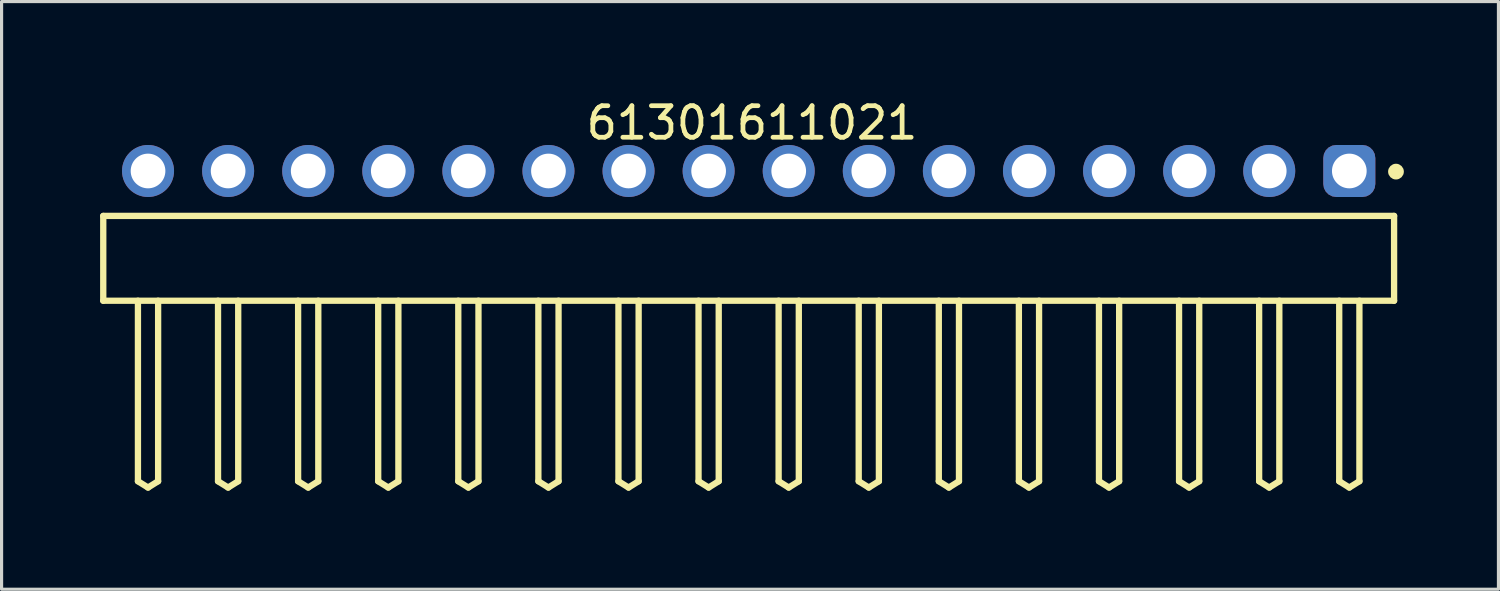
<source format=kicad_pcb>
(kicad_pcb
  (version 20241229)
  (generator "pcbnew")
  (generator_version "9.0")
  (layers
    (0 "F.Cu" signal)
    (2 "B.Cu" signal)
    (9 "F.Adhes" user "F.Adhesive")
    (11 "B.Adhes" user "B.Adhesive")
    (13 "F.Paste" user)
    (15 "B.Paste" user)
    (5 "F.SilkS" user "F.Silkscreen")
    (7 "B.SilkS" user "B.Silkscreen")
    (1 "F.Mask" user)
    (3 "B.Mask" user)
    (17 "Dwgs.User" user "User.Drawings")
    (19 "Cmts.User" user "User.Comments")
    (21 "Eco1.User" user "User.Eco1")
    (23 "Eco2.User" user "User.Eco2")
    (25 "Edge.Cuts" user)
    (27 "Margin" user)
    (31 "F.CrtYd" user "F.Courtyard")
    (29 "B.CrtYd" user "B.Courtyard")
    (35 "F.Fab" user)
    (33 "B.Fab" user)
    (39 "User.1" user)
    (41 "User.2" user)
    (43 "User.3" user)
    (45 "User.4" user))
  (footprint "61301611021"
    (layer "F.Cu")
    (at 20.695 5.143)
    (property "Reference" "61301611021" (at 0.105 -4.295 0) (layer "F.SilkS") (effects (font (size 1 1) (thickness 0.15))))
    (fp_line (start -20.47 -1.345) (end 20.47 -1.345) (stroke (width 0.2) (type solid)) (layer "F.SilkS"))
    (fp_line (start -20.47 1.345) (end -20.47 -1.345) (stroke (width 0.2) (type solid)) (layer "F.SilkS"))
    (fp_line (start -20.47 1.345) (end 20.47 1.345) (stroke (width 0.2) (type solid)) (layer "F.SilkS"))
    (fp_line (start -19.37 7.07) (end -19.37 1.345) (stroke (width 0.2) (type solid)) (layer "F.SilkS"))
    (fp_line (start -19.37 7.07) (end -19.05 7.27) (stroke (width 0.2) (type solid)) (layer "F.SilkS"))
    (fp_line (start -19.05 7.27) (end -18.73 7.07) (stroke (width 0.2) (type solid)) (layer "F.SilkS"))
    (fp_line (start -18.73 7.07) (end -18.73 1.345) (stroke (width 0.2) (type solid)) (layer "F.SilkS"))
    (fp_line (start -16.83 7.07) (end -16.83 1.345) (stroke (width 0.2) (type solid)) (layer "F.SilkS"))
    (fp_line (start -16.83 7.07) (end -16.51 7.27) (stroke (width 0.2) (type solid)) (layer "F.SilkS"))
    (fp_line (start -16.51 7.27) (end -16.19 7.07) (stroke (width 0.2) (type solid)) (layer "F.SilkS"))
    (fp_line (start -16.19 7.07) (end -16.19 1.345) (stroke (width 0.2) (type solid)) (layer "F.SilkS"))
    (fp_line (start -14.29 7.07) (end -14.29 1.345) (stroke (width 0.2) (type solid)) (layer "F.SilkS"))
    (fp_line (start -14.29 7.07) (end -13.97 7.27) (stroke (width 0.2) (type solid)) (layer "F.SilkS"))
    (fp_line (start -13.97 7.27) (end -13.65 7.07) (stroke (width 0.2) (type solid)) (layer "F.SilkS"))
    (fp_line (start -13.65 7.07) (end -13.65 1.345) (stroke (width 0.2) (type solid)) (layer "F.SilkS"))
    (fp_line (start -11.75 7.07) (end -11.75 1.345) (stroke (width 0.2) (type solid)) (layer "F.SilkS"))
    (fp_line (start -11.75 7.07) (end -11.43 7.27) (stroke (width 0.2) (type solid)) (layer "F.SilkS"))
    (fp_line (start -11.43 7.27) (end -11.11 7.07) (stroke (width 0.2) (type solid)) (layer "F.SilkS"))
    (fp_line (start -11.11 7.07) (end -11.11 1.345) (stroke (width 0.2) (type solid)) (layer "F.SilkS"))
    (fp_line (start -9.21 7.07) (end -9.21 1.345) (stroke (width 0.2) (type solid)) (layer "F.SilkS"))
    (fp_line (start -9.21 7.07) (end -8.89 7.27) (stroke (width 0.2) (type solid)) (layer "F.SilkS"))
    (fp_line (start -8.89 7.27) (end -8.57 7.07) (stroke (width 0.2) (type solid)) (layer "F.SilkS"))
    (fp_line (start -8.57 7.07) (end -8.57 1.345) (stroke (width 0.2) (type solid)) (layer "F.SilkS"))
    (fp_line (start -6.67 7.07) (end -6.67 1.345) (stroke (width 0.2) (type solid)) (layer "F.SilkS"))
    (fp_line (start -6.67 7.07) (end -6.35 7.27) (stroke (width 0.2) (type solid)) (layer "F.SilkS"))
    (fp_line (start -6.35 7.27) (end -6.03 7.07) (stroke (width 0.2) (type solid)) (layer "F.SilkS"))
    (fp_line (start -6.03 7.07) (end -6.03 1.345) (stroke (width 0.2) (type solid)) (layer "F.SilkS"))
    (fp_line (start -4.13 7.07) (end -4.13 1.345) (stroke (width 0.2) (type solid)) (layer "F.SilkS"))
    (fp_line (start -4.13 7.07) (end -3.81 7.27) (stroke (width 0.2) (type solid)) (layer "F.SilkS"))
    (fp_line (start -3.81 7.27) (end -3.49 7.07) (stroke (width 0.2) (type solid)) (layer "F.SilkS"))
    (fp_line (start -3.49 7.07) (end -3.49 1.345) (stroke (width 0.2) (type solid)) (layer "F.SilkS"))
    (fp_line (start -1.59 7.07) (end -1.59 1.345) (stroke (width 0.2) (type solid)) (layer "F.SilkS"))
    (fp_line (start -1.59 7.07) (end -1.27 7.27) (stroke (width 0.2) (type solid)) (layer "F.SilkS"))
    (fp_line (start -1.27 7.27) (end -0.95 7.07) (stroke (width 0.2) (type solid)) (layer "F.SilkS"))
    (fp_line (start -0.95 7.07) (end -0.95 1.345) (stroke (width 0.2) (type solid)) (layer "F.SilkS"))
    (fp_line (start 0.95 7.07) (end 0.95 1.345) (stroke (width 0.2) (type solid)) (layer "F.SilkS"))
    (fp_line (start 0.95 7.07) (end 1.27 7.27) (stroke (width 0.2) (type solid)) (layer "F.SilkS"))
    (fp_line (start 1.27 7.27) (end 1.59 7.07) (stroke (width 0.2) (type solid)) (layer "F.SilkS"))
    (fp_line (start 1.59 7.07) (end 1.59 1.345) (stroke (width 0.2) (type solid)) (layer "F.SilkS"))
    (fp_line (start 3.49 7.07) (end 3.49 1.345) (stroke (width 0.2) (type solid)) (layer "F.SilkS"))
    (fp_line (start 3.49 7.07) (end 3.81 7.27) (stroke (width 0.2) (type solid)) (layer "F.SilkS"))
    (fp_line (start 3.81 7.27) (end 4.13 7.07) (stroke (width 0.2) (type solid)) (layer "F.SilkS"))
    (fp_line (start 4.13 7.07) (end 4.13 1.345) (stroke (width 0.2) (type solid)) (layer "F.SilkS"))
    (fp_line (start 6.03 7.07) (end 6.03 1.345) (stroke (width 0.2) (type solid)) (layer "F.SilkS"))
    (fp_line (start 6.03 7.07) (end 6.35 7.27) (stroke (width 0.2) (type solid)) (layer "F.SilkS"))
    (fp_line (start 6.35 7.27) (end 6.67 7.07) (stroke (width 0.2) (type solid)) (layer "F.SilkS"))
    (fp_line (start 6.67 7.07) (end 6.67 1.345) (stroke (width 0.2) (type solid)) (layer "F.SilkS"))
    (fp_line (start 8.57 7.07) (end 8.57 1.345) (stroke (width 0.2) (type solid)) (layer "F.SilkS"))
    (fp_line (start 8.57 7.07) (end 8.89 7.27) (stroke (width 0.2) (type solid)) (layer "F.SilkS"))
    (fp_line (start 8.89 7.27) (end 9.21 7.07) (stroke (width 0.2) (type solid)) (layer "F.SilkS"))
    (fp_line (start 9.21 7.07) (end 9.21 1.345) (stroke (width 0.2) (type solid)) (layer "F.SilkS"))
    (fp_line (start 11.11 7.07) (end 11.11 1.345) (stroke (width 0.2) (type solid)) (layer "F.SilkS"))
    (fp_line (start 11.11 7.07) (end 11.43 7.27) (stroke (width 0.2) (type solid)) (layer "F.SilkS"))
    (fp_line (start 11.43 7.27) (end 11.75 7.07) (stroke (width 0.2) (type solid)) (layer "F.SilkS"))
    (fp_line (start 11.75 7.07) (end 11.75 1.345) (stroke (width 0.2) (type solid)) (layer "F.SilkS"))
    (fp_line (start 13.65 7.07) (end 13.65 1.345) (stroke (width 0.2) (type solid)) (layer "F.SilkS"))
    (fp_line (start 13.65 7.07) (end 13.97 7.27) (stroke (width 0.2) (type solid)) (layer "F.SilkS"))
    (fp_line (start 13.97 7.27) (end 14.29 7.07) (stroke (width 0.2) (type solid)) (layer "F.SilkS"))
    (fp_line (start 14.29 7.07) (end 14.29 1.345) (stroke (width 0.2) (type solid)) (layer "F.SilkS"))
    (fp_line (start 16.19 7.07) (end 16.19 1.345) (stroke (width 0.2) (type solid)) (layer "F.SilkS"))
    (fp_line (start 16.19 7.07) (end 16.51 7.27) (stroke (width 0.2) (type solid)) (layer "F.SilkS"))
    (fp_line (start 16.51 7.27) (end 16.83 7.07) (stroke (width 0.2) (type solid)) (layer "F.SilkS"))
    (fp_line (start 16.83 7.07) (end 16.83 1.345) (stroke (width 0.2) (type solid)) (layer "F.SilkS"))
    (fp_line (start 18.73 7.07) (end 18.73 1.345) (stroke (width 0.2) (type solid)) (layer "F.SilkS"))
    (fp_line (start 18.73 7.07) (end 19.05 7.27) (stroke (width 0.2) (type solid)) (layer "F.SilkS"))
    (fp_line (start 19.05 7.27) (end 19.37 7.07) (stroke (width 0.2) (type solid)) (layer "F.SilkS"))
    (fp_line (start 19.37 7.07) (end 19.37 1.345) (stroke (width 0.2) (type solid)) (layer "F.SilkS"))
    (fp_line (start 20.47 1.345) (end 20.47 -1.345) (stroke (width 0.2) (type solid)) (layer "F.SilkS"))
    (fp_circle (center 20.53 -2.75) (end 20.53 -2.875) (stroke (width 0.25) (type solid)) (fill no) (layer "F.SilkS"))
    (fp_line (start -20.67 -3.795) (end 20.67 -3.795) (stroke (width 0.05) (type solid)) (layer "Eco2.User"))
    (fp_line (start -20.67 7.47) (end -20.67 -3.795) (stroke (width 0.05) (type solid)) (layer "Eco2.User"))
    (fp_line (start -20.67 7.47) (end 20.67 7.47) (stroke (width 0.05) (type solid)) (layer "Eco2.User"))
    (fp_line (start -20.32 -1.27) (end 20.32 -1.27) (stroke (width 0.1) (type solid)) (layer "Eco2.User"))
    (fp_line (start -20.32 1.27) (end -20.32 -1.27) (stroke (width 0.1) (type solid)) (layer "Eco2.User"))
    (fp_line (start -20.32 1.27) (end 20.32 1.27) (stroke (width 0.1) (type solid)) (layer "Eco2.User"))
    (fp_line (start -19.37 -3.09) (end -18.73 -3.09) (stroke (width 0.1) (type solid)) (layer "Eco2.User"))
    (fp_line (start -19.37 -1.27) (end -19.37 -3.09) (stroke (width 0.1) (type solid)) (layer "Eco2.User"))
    (fp_line (start -19.37 7.07) (end -19.37 1.27) (stroke (width 0.1) (type solid)) (layer "Eco2.User"))
    (fp_line (start -19.37 7.07) (end -19.05 7.27) (stroke (width 0.1) (type solid)) (layer "Eco2.User"))
    (fp_line (start -19.05 7.27) (end -18.73 7.07) (stroke (width 0.1) (type solid)) (layer "Eco2.User"))
    (fp_line (start -18.73 -1.27) (end -18.73 -3.09) (stroke (width 0.1) (type solid)) (layer "Eco2.User"))
    (fp_line (start -18.73 7.07) (end -18.73 1.27) (stroke (width 0.1) (type solid)) (layer "Eco2.User"))
    (fp_line (start -16.83 -3.09) (end -16.19 -3.09) (stroke (width 0.1) (type solid)) (layer "Eco2.User"))
    (fp_line (start -16.83 -1.27) (end -16.83 -3.09) (stroke (width 0.1) (type solid)) (layer "Eco2.User"))
    (fp_line (start -16.83 7.07) (end -16.83 1.27) (stroke (width 0.1) (type solid)) (layer "Eco2.User"))
    (fp_line (start -16.83 7.07) (end -16.51 7.27) (stroke (width 0.1) (type solid)) (layer "Eco2.User"))
    (fp_line (start -16.51 7.27) (end -16.19 7.07) (stroke (width 0.1) (type solid)) (layer "Eco2.User"))
    (fp_line (start -16.19 -1.27) (end -16.19 -3.09) (stroke (width 0.1) (type solid)) (layer "Eco2.User"))
    (fp_line (start -16.19 7.07) (end -16.19 1.27) (stroke (width 0.1) (type solid)) (layer "Eco2.User"))
    (fp_line (start -14.29 -3.09) (end -13.65 -3.09) (stroke (width 0.1) (type solid)) (layer "Eco2.User"))
    (fp_line (start -14.29 -1.27) (end -14.29 -3.09) (stroke (width 0.1) (type solid)) (layer "Eco2.User"))
    (fp_line (start -14.29 7.07) (end -14.29 1.27) (stroke (width 0.1) (type solid)) (layer "Eco2.User"))
    (fp_line (start -14.29 7.07) (end -13.97 7.27) (stroke (width 0.1) (type solid)) (layer "Eco2.User"))
    (fp_line (start -13.97 7.27) (end -13.65 7.07) (stroke (width 0.1) (type solid)) (layer "Eco2.User"))
    (fp_line (start -13.65 -1.27) (end -13.65 -3.09) (stroke (width 0.1) (type solid)) (layer "Eco2.User"))
    (fp_line (start -13.65 7.07) (end -13.65 1.27) (stroke (width 0.1) (type solid)) (layer "Eco2.User"))
    (fp_line (start -11.75 -3.09) (end -11.11 -3.09) (stroke (width 0.1) (type solid)) (layer "Eco2.User"))
    (fp_line (start -11.75 -1.27) (end -11.75 -3.09) (stroke (width 0.1) (type solid)) (layer "Eco2.User"))
    (fp_line (start -11.75 7.07) (end -11.75 1.27) (stroke (width 0.1) (type solid)) (layer "Eco2.User"))
    (fp_line (start -11.75 7.07) (end -11.43 7.27) (stroke (width 0.1) (type solid)) (layer "Eco2.User"))
    (fp_line (start -11.43 7.27) (end -11.11 7.07) (stroke (width 0.1) (type solid)) (layer "Eco2.User"))
    (fp_line (start -11.11 -1.27) (end -11.11 -3.09) (stroke (width 0.1) (type solid)) (layer "Eco2.User"))
    (fp_line (start -11.11 7.07) (end -11.11 1.27) (stroke (width 0.1) (type solid)) (layer "Eco2.User"))
    (fp_line (start -9.21 -3.09) (end -8.57 -3.09) (stroke (width 0.1) (type solid)) (layer "Eco2.User"))
    (fp_line (start -9.21 -1.27) (end -9.21 -3.09) (stroke (width 0.1) (type solid)) (layer "Eco2.User"))
    (fp_line (start -9.21 7.07) (end -9.21 1.27) (stroke (width 0.1) (type solid)) (layer "Eco2.User"))
    (fp_line (start -9.21 7.07) (end -8.89 7.27) (stroke (width 0.1) (type solid)) (layer "Eco2.User"))
    (fp_line (start -8.89 7.27) (end -8.57 7.07) (stroke (width 0.1) (type solid)) (layer "Eco2.User"))
    (fp_line (start -8.57 -1.27) (end -8.57 -3.09) (stroke (width 0.1) (type solid)) (layer "Eco2.User"))
    (fp_line (start -8.57 7.07) (end -8.57 1.27) (stroke (width 0.1) (type solid)) (layer "Eco2.User"))
    (fp_line (start -6.67 -3.09) (end -6.03 -3.09) (stroke (width 0.1) (type solid)) (layer "Eco2.User"))
    (fp_line (start -6.67 -1.27) (end -6.67 -3.09) (stroke (width 0.1) (type solid)) (layer "Eco2.User"))
    (fp_line (start -6.67 7.07) (end -6.67 1.27) (stroke (width 0.1) (type solid)) (layer "Eco2.User"))
    (fp_line (start -6.67 7.07) (end -6.35 7.27) (stroke (width 0.1) (type solid)) (layer "Eco2.User"))
    (fp_line (start -6.35 7.27) (end -6.03 7.07) (stroke (width 0.1) (type solid)) (layer "Eco2.User"))
    (fp_line (start -6.03 -1.27) (end -6.03 -3.09) (stroke (width 0.1) (type solid)) (layer "Eco2.User"))
    (fp_line (start -6.03 7.07) (end -6.03 1.27) (stroke (width 0.1) (type solid)) (layer "Eco2.User"))
    (fp_line (start -4.13 -3.09) (end -3.49 -3.09) (stroke (width 0.1) (type solid)) (layer "Eco2.User"))
    (fp_line (start -4.13 -1.27) (end -4.13 -3.09) (stroke (width 0.1) (type solid)) (layer "Eco2.User"))
    (fp_line (start -4.13 7.07) (end -4.13 1.27) (stroke (width 0.1) (type solid)) (layer "Eco2.User"))
    (fp_line (start -4.13 7.07) (end -3.81 7.27) (stroke (width 0.1) (type solid)) (layer "Eco2.User"))
    (fp_line (start -3.81 7.27) (end -3.49 7.07) (stroke (width 0.1) (type solid)) (layer "Eco2.User"))
    (fp_line (start -3.49 -1.27) (end -3.49 -3.09) (stroke (width 0.1) (type solid)) (layer "Eco2.User"))
    (fp_line (start -3.49 7.07) (end -3.49 1.27) (stroke (width 0.1) (type solid)) (layer "Eco2.User"))
    (fp_line (start -1.59 -3.09) (end -0.95 -3.09) (stroke (width 0.1) (type solid)) (layer "Eco2.User"))
    (fp_line (start -1.59 -1.27) (end -1.59 -3.09) (stroke (width 0.1) (type solid)) (layer "Eco2.User"))
    (fp_line (start -1.59 7.07) (end -1.59 1.27) (stroke (width 0.1) (type solid)) (layer "Eco2.User"))
    (fp_line (start -1.59 7.07) (end -1.27 7.27) (stroke (width 0.1) (type solid)) (layer "Eco2.User"))
    (fp_line (start -1.27 7.27) (end -0.95 7.07) (stroke (width 0.1) (type solid)) (layer "Eco2.User"))
    (fp_line (start -0.95 -1.27) (end -0.95 -3.09) (stroke (width 0.1) (type solid)) (layer "Eco2.User"))
    (fp_line (start -0.95 7.07) (end -0.95 1.27) (stroke (width 0.1) (type solid)) (layer "Eco2.User"))
    (fp_line (start -0.5 0) (end 0.5 0) (stroke (width 0.05) (type solid)) (layer "Eco2.User"))
    (fp_line (start 0 0.5) (end 0 -0.5) (stroke (width 0.05) (type solid)) (layer "Eco2.User"))
    (fp_line (start 0.95 -3.09) (end 1.59 -3.09) (stroke (width 0.1) (type solid)) (layer "Eco2.User"))
    (fp_line (start 0.95 -1.27) (end 0.95 -3.09) (stroke (width 0.1) (type solid)) (layer "Eco2.User"))
    (fp_line (start 0.95 7.07) (end 0.95 1.27) (stroke (width 0.1) (type solid)) (layer "Eco2.User"))
    (fp_line (start 0.95 7.07) (end 1.27 7.27) (stroke (width 0.1) (type solid)) (layer "Eco2.User"))
    (fp_line (start 1.27 7.27) (end 1.59 7.07) (stroke (width 0.1) (type solid)) (layer "Eco2.User"))
    (fp_line (start 1.59 -1.27) (end 1.59 -3.09) (stroke (width 0.1) (type solid)) (layer "Eco2.User"))
    (fp_line (start 1.59 7.07) (end 1.59 1.27) (stroke (width 0.1) (type solid)) (layer "Eco2.User"))
    (fp_line (start 3.49 -3.09) (end 4.13 -3.09) (stroke (width 0.1) (type solid)) (layer "Eco2.User"))
    (fp_line (start 3.49 -1.27) (end 3.49 -3.09) (stroke (width 0.1) (type solid)) (layer "Eco2.User"))
    (fp_line (start 3.49 7.07) (end 3.49 1.27) (stroke (width 0.1) (type solid)) (layer "Eco2.User"))
    (fp_line (start 3.49 7.07) (end 3.81 7.27) (stroke (width 0.1) (type solid)) (layer "Eco2.User"))
    (fp_line (start 3.81 7.27) (end 4.13 7.07) (stroke (width 0.1) (type solid)) (layer "Eco2.User"))
    (fp_line (start 4.13 -1.27) (end 4.13 -3.09) (stroke (width 0.1) (type solid)) (layer "Eco2.User"))
    (fp_line (start 4.13 7.07) (end 4.13 1.27) (stroke (width 0.1) (type solid)) (layer "Eco2.User"))
    (fp_line (start 6.03 -3.09) (end 6.67 -3.09) (stroke (width 0.1) (type solid)) (layer "Eco2.User"))
    (fp_line (start 6.03 -1.27) (end 6.03 -3.09) (stroke (width 0.1) (type solid)) (layer "Eco2.User"))
    (fp_line (start 6.03 7.07) (end 6.03 1.27) (stroke (width 0.1) (type solid)) (layer "Eco2.User"))
    (fp_line (start 6.03 7.07) (end 6.35 7.27) (stroke (width 0.1) (type solid)) (layer "Eco2.User"))
    (fp_line (start 6.35 7.27) (end 6.67 7.07) (stroke (width 0.1) (type solid)) (layer "Eco2.User"))
    (fp_line (start 6.67 -1.27) (end 6.67 -3.09) (stroke (width 0.1) (type solid)) (layer "Eco2.User"))
    (fp_line (start 6.67 7.07) (end 6.67 1.27) (stroke (width 0.1) (type solid)) (layer "Eco2.User"))
    (fp_line (start 8.57 -3.09) (end 9.21 -3.09) (stroke (width 0.1) (type solid)) (layer "Eco2.User"))
    (fp_line (start 8.57 -1.27) (end 8.57 -3.09) (stroke (width 0.1) (type solid)) (layer "Eco2.User"))
    (fp_line (start 8.57 7.07) (end 8.57 1.27) (stroke (width 0.1) (type solid)) (layer "Eco2.User"))
    (fp_line (start 8.57 7.07) (end 8.89 7.27) (stroke (width 0.1) (type solid)) (layer "Eco2.User"))
    (fp_line (start 8.89 7.27) (end 9.21 7.07) (stroke (width 0.1) (type solid)) (layer "Eco2.User"))
    (fp_line (start 9.21 -1.27) (end 9.21 -3.09) (stroke (width 0.1) (type solid)) (layer "Eco2.User"))
    (fp_line (start 9.21 7.07) (end 9.21 1.27) (stroke (width 0.1) (type solid)) (layer "Eco2.User"))
    (fp_line (start 11.11 -3.09) (end 11.75 -3.09) (stroke (width 0.1) (type solid)) (layer "Eco2.User"))
    (fp_line (start 11.11 -1.27) (end 11.11 -3.09) (stroke (width 0.1) (type solid)) (layer "Eco2.User"))
    (fp_line (start 11.11 7.07) (end 11.11 1.27) (stroke (width 0.1) (type solid)) (layer "Eco2.User"))
    (fp_line (start 11.11 7.07) (end 11.43 7.27) (stroke (width 0.1) (type solid)) (layer "Eco2.User"))
    (fp_line (start 11.43 7.27) (end 11.75 7.07) (stroke (width 0.1) (type solid)) (layer "Eco2.User"))
    (fp_line (start 11.75 -1.27) (end 11.75 -3.09) (stroke (width 0.1) (type solid)) (layer "Eco2.User"))
    (fp_line (start 11.75 7.07) (end 11.75 1.27) (stroke (width 0.1) (type solid)) (layer "Eco2.User"))
    (fp_line (start 13.65 -3.09) (end 14.29 -3.09) (stroke (width 0.1) (type solid)) (layer "Eco2.User"))
    (fp_line (start 13.65 -1.27) (end 13.65 -3.09) (stroke (width 0.1) (type solid)) (layer "Eco2.User"))
    (fp_line (start 13.65 7.07) (end 13.65 1.27) (stroke (width 0.1) (type solid)) (layer "Eco2.User"))
    (fp_line (start 13.65 7.07) (end 13.97 7.27) (stroke (width 0.1) (type solid)) (layer "Eco2.User"))
    (fp_line (start 13.97 7.27) (end 14.29 7.07) (stroke (width 0.1) (type solid)) (layer "Eco2.User"))
    (fp_line (start 14.29 -1.27) (end 14.29 -3.09) (stroke (width 0.1) (type solid)) (layer "Eco2.User"))
    (fp_line (start 14.29 7.07) (end 14.29 1.27) (stroke (width 0.1) (type solid)) (layer "Eco2.User"))
    (fp_line (start 16.19 -3.09) (end 16.83 -3.09) (stroke (width 0.1) (type solid)) (layer "Eco2.User"))
    (fp_line (start 16.19 -1.27) (end 16.19 -3.09) (stroke (width 0.1) (type solid)) (layer "Eco2.User"))
    (fp_line (start 16.19 7.07) (end 16.19 1.27) (stroke (width 0.1) (type solid)) (layer "Eco2.User"))
    (fp_line (start 16.19 7.07) (end 16.51 7.27) (stroke (width 0.1) (type solid)) (layer "Eco2.User"))
    (fp_line (start 16.51 7.27) (end 16.83 7.07) (stroke (width 0.1) (type solid)) (layer "Eco2.User"))
    (fp_line (start 16.83 -1.27) (end 16.83 -3.09) (stroke (width 0.1) (type solid)) (layer "Eco2.User"))
    (fp_line (start 16.83 7.07) (end 16.83 1.27) (stroke (width 0.1) (type solid)) (layer "Eco2.User"))
    (fp_line (start 18.73 -3.09) (end 19.37 -3.09) (stroke (width 0.1) (type solid)) (layer "Eco2.User"))
    (fp_line (start 18.73 -1.27) (end 18.73 -3.09) (stroke (width 0.1) (type solid)) (layer "Eco2.User"))
    (fp_line (start 18.73 7.07) (end 18.73 1.27) (stroke (width 0.1) (type solid)) (layer "Eco2.User"))
    (fp_line (start 18.73 7.07) (end 19.05 7.27) (stroke (width 0.1) (type solid)) (layer "Eco2.User"))
    (fp_line (start 19.05 7.27) (end 19.37 7.07) (stroke (width 0.1) (type solid)) (layer "Eco2.User"))
    (fp_line (start 19.37 -1.27) (end 19.37 -3.09) (stroke (width 0.1) (type solid)) (layer "Eco2.User"))
    (fp_line (start 19.37 7.07) (end 19.37 1.27) (stroke (width 0.1) (type solid)) (layer "Eco2.User"))
    (fp_line (start 20.32 1.27) (end 20.32 -1.27) (stroke (width 0.1) (type solid)) (layer "Eco2.User"))
    (fp_line (start 20.67 7.47) (end 20.67 -3.795) (stroke (width 0.05) (type solid)) (layer "Eco2.User"))
    (fp_text user "${REFERENCE}" (at 0.15 -0.197 0) (unlocked yes) (layer "User.3") (effects (font (size 1.5 1.5) (thickness 0.15))))
    (pad "1" thru_hole roundrect (at 19.05 -2.77) (size 1.65 1.65) (drill 1.1) (layers "*.Cu" "*.Mask") (roundrect_rratio 0.25))
    (pad "2" thru_hole circle (at 16.51 -2.77) (size 1.65 1.65) (drill 1.1) (layers "*.Cu" "*.Mask"))
    (pad "3" thru_hole circle (at 13.97 -2.77) (size 1.65 1.65) (drill 1.1) (layers "*.Cu" "*.Mask"))
    (pad "4" thru_hole circle (at 11.43 -2.77) (size 1.65 1.65) (drill 1.1) (layers "*.Cu" "*.Mask"))
    (pad "5" thru_hole circle (at 8.89 -2.77) (size 1.65 1.65) (drill 1.1) (layers "*.Cu" "*.Mask"))
    (pad "6" thru_hole circle (at 6.35 -2.77) (size 1.65 1.65) (drill 1.1) (layers "*.Cu" "*.Mask"))
    (pad "7" thru_hole circle (at 3.81 -2.77) (size 1.65 1.65) (drill 1.1) (layers "*.Cu" "*.Mask"))
    (pad "8" thru_hole circle (at 1.27 -2.77) (size 1.65 1.65) (drill 1.1) (layers "*.Cu" "*.Mask"))
    (pad "9" thru_hole circle (at -1.27 -2.77) (size 1.65 1.65) (drill 1.1) (layers "*.Cu" "*.Mask"))
    (pad "10" thru_hole circle (at -3.81 -2.77) (size 1.65 1.65) (drill 1.1) (layers "*.Cu" "*.Mask"))
    (pad "11" thru_hole circle (at -6.35 -2.77) (size 1.65 1.65) (drill 1.1) (layers "*.Cu" "*.Mask"))
    (pad "12" thru_hole circle (at -8.89 -2.77) (size 1.65 1.65) (drill 1.1) (layers "*.Cu" "*.Mask"))
    (pad "13" thru_hole circle (at -11.43 -2.77) (size 1.65 1.65) (drill 1.1) (layers "*.Cu" "*.Mask"))
    (pad "14" thru_hole circle (at -13.97 -2.77) (size 1.65 1.65) (drill 1.1) (layers "*.Cu" "*.Mask"))
    (pad "15" thru_hole circle (at -16.51 -2.77) (size 1.65 1.65) (drill 1.1) (layers "*.Cu" "*.Mask"))
    (pad "16" thru_hole circle (at -19.05 -2.77) (size 1.65 1.65) (drill 1.1) (layers "*.Cu" "*.Mask")))
  (gr_rect
    (start -3 -3)
    (end 44.475 15.638)
    (stroke (width 0.1) (type default))
    (fill no)
    (layer "Edge.Cuts")))
</source>
